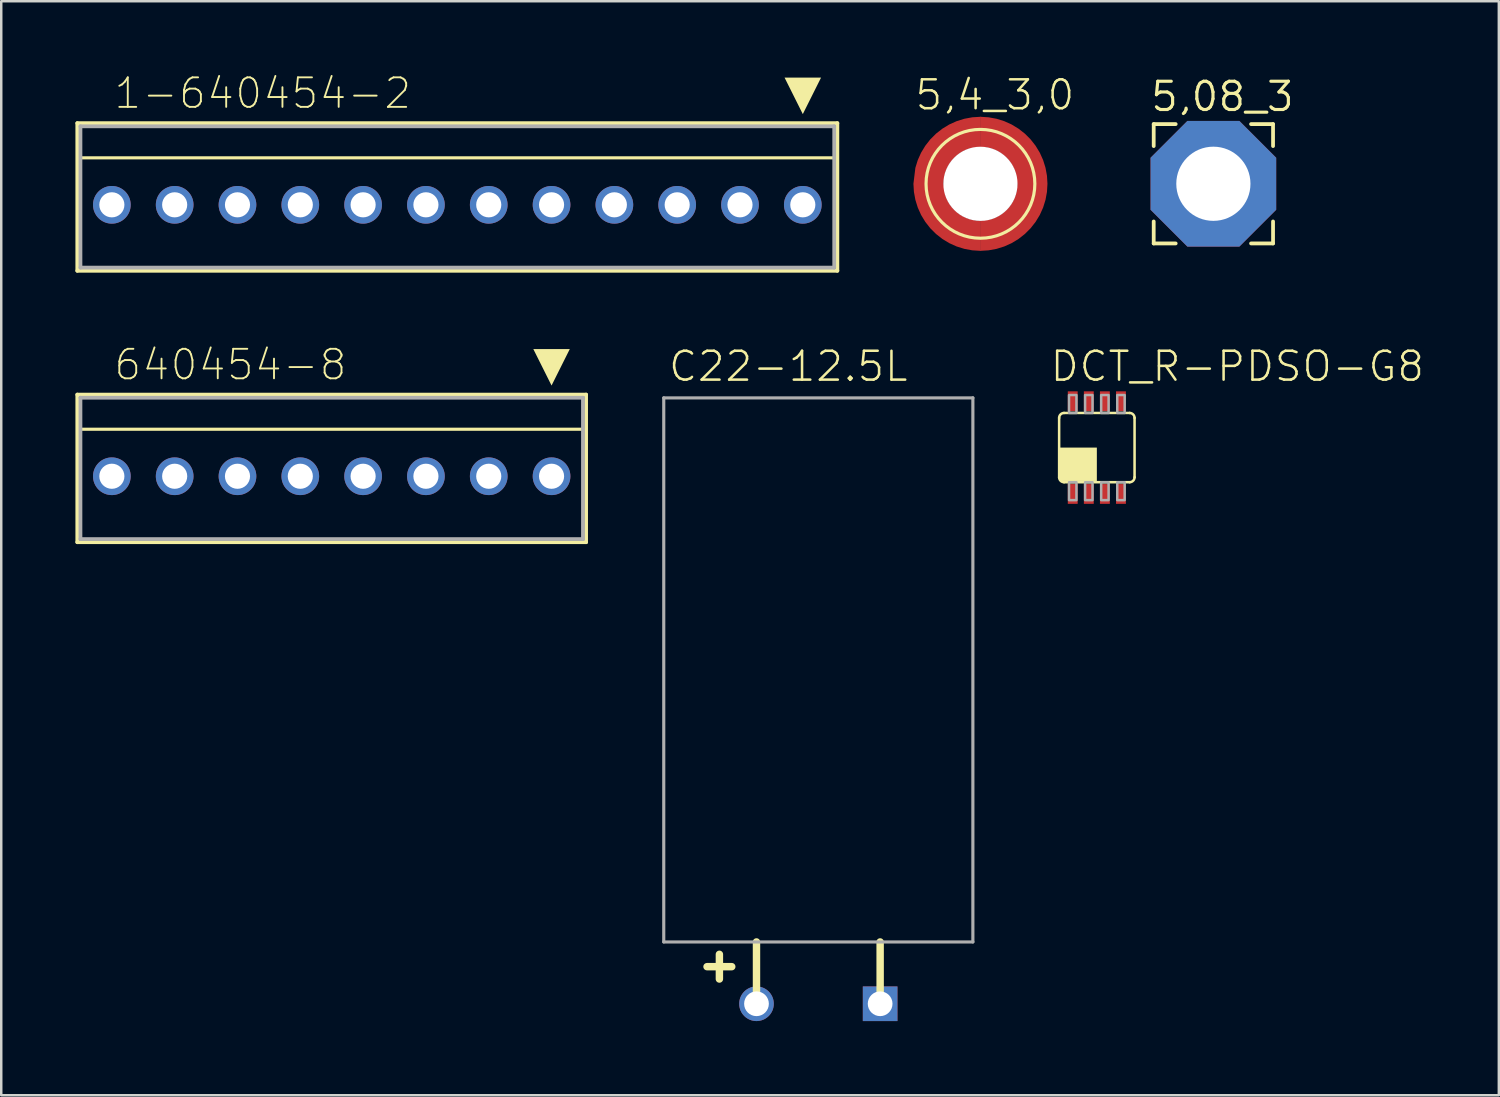
<source format=kicad_pcb>
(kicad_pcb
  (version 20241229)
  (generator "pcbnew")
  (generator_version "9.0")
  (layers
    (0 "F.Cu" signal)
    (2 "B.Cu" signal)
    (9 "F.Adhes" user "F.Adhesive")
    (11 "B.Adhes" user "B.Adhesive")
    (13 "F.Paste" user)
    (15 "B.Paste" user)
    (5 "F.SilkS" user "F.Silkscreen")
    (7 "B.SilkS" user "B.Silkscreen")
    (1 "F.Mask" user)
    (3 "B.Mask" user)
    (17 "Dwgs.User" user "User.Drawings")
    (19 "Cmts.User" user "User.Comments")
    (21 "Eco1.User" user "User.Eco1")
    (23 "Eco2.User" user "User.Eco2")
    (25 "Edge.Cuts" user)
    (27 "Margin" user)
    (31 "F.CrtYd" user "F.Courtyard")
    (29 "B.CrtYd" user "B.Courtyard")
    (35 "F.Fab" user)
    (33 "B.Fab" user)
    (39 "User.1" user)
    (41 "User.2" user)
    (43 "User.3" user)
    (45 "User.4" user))
  (footprint "5,08_3"
    (layer "F.Cu")
    (at 46.015 4.381)
    (property "Reference" "5,08_3" (at -2.603 -2.857 0) (unlocked yes) (layer "F.SilkS") (effects (font (size 1.143 1.143) (thickness 0.127)) (justify left bottom)))
    (fp_line (start -2.413 -2.413) (end -2.413 -1.524) (stroke (width 0.152) (type solid)) (layer "F.SilkS"))
    (fp_line (start -2.413 1.524) (end -2.413 2.413) (stroke (width 0.152) (type solid)) (layer "F.SilkS"))
    (fp_line (start -2.413 2.413) (end -1.524 2.413) (stroke (width 0.152) (type solid)) (layer "F.SilkS"))
    (fp_line (start -1.524 -2.413) (end -2.413 -2.413) (stroke (width 0.152) (type solid)) (layer "F.SilkS"))
    (fp_line (start 1.524 2.413) (end 2.413 2.413) (stroke (width 0.152) (type solid)) (layer "F.SilkS"))
    (fp_line (start 2.413 -2.413) (end 1.524 -2.413) (stroke (width 0.152) (type solid)) (layer "F.SilkS"))
    (fp_line (start 2.413 -1.524) (end 2.413 -2.413) (stroke (width 0.152) (type solid)) (layer "F.SilkS"))
    (fp_line (start 2.413 2.413) (end 2.413 1.524) (stroke (width 0.152) (type solid)) (layer "F.SilkS"))
    (pad "P$1" thru_hole roundrect (at 0 0) (size 5.08 5.08) (drill 3) (layers "*.Cu" "*.Mask") (roundrect_rratio 0.25) (chamfer_ratio 0.293) (chamfer top_left top_right bottom_left bottom_right)))
  (footprint "1-640454-2"
    (layer "F.Cu")
    (at 15.443 5.232)
    (property "Reference" "1-640454-2" (at -13.945 -3.81 0) (unlocked yes) (layer "F.SilkS") (effects (font (size 1.194 1.194) (thickness 0.076)) (justify left bottom)))
    (fp_line (start -15.367 -3.302) (end -15.367 2.667) (stroke (width 0.152) (type solid)) (layer "F.SilkS"))
    (fp_line (start -15.367 2.667) (end 15.367 2.667) (stroke (width 0.152) (type solid)) (layer "F.SilkS"))
    (fp_line (start -15.24 -1.9) (end 15.24 -1.9) (stroke (width 0.127) (type solid)) (layer "F.SilkS"))
    (fp_line (start 15.367 -3.302) (end -15.367 -3.302) (stroke (width 0.152) (type solid)) (layer "F.SilkS"))
    (fp_line (start 15.367 2.667) (end 15.367 -3.302) (stroke (width 0.152) (type solid)) (layer "F.SilkS"))
    (fp_poly (pts (xy 13.97 -3.668) (xy 13.232 -5.144) (xy 14.708 -5.144)) (stroke (width 0) (type default)) (fill yes) (layer "F.SilkS"))
    (fp_line (start -15.24 -3.175) (end -15.24 2.54) (stroke (width 0.152) (type solid)) (layer "F.Fab"))
    (fp_line (start -15.24 2.54) (end 15.24 2.54) (stroke (width 0.152) (type solid)) (layer "F.Fab"))
    (fp_line (start 15.24 -3.175) (end -15.24 -3.175) (stroke (width 0.152) (type solid)) (layer "F.Fab"))
    (fp_line (start 15.24 2.54) (end 15.24 -3.175) (stroke (width 0.152) (type solid)) (layer "F.Fab"))
    (pad "1" thru_hole circle (at 13.97 0 180) (size 1.524 1.524) (drill 1.016) (layers "*.Cu" "*.Mask"))
    (pad "2" thru_hole circle (at 11.43 0 180) (size 1.524 1.524) (drill 1.016) (layers "*.Cu" "*.Mask"))
    (pad "3" thru_hole circle (at 8.89 0 180) (size 1.524 1.524) (drill 1.016) (layers "*.Cu" "*.Mask"))
    (pad "4" thru_hole circle (at 6.35 0 180) (size 1.524 1.524) (drill 1.016) (layers "*.Cu" "*.Mask"))
    (pad "5" thru_hole circle (at 3.81 0 180) (size 1.524 1.524) (drill 1.016) (layers "*.Cu" "*.Mask"))
    (pad "6" thru_hole circle (at 1.27 0 180) (size 1.524 1.524) (drill 1.016) (layers "*.Cu" "*.Mask"))
    (pad "7" thru_hole circle (at -1.27 0 180) (size 1.524 1.524) (drill 1.016) (layers "*.Cu" "*.Mask"))
    (pad "8" thru_hole circle (at -3.81 0 180) (size 1.524 1.524) (drill 1.016) (layers "*.Cu" "*.Mask"))
    (pad "9" thru_hole circle (at -6.35 0 180) (size 1.524 1.524) (drill 1.016) (layers "*.Cu" "*.Mask"))
    (pad "10" thru_hole circle (at -8.89 0 180) (size 1.524 1.524) (drill 1.016) (layers "*.Cu" "*.Mask"))
    (pad "11" thru_hole circle (at -11.43 0 180) (size 1.524 1.524) (drill 1.016) (layers "*.Cu" "*.Mask"))
    (pad "12" thru_hole circle (at -13.97 0 180) (size 1.524 1.524) (drill 1.016) (layers "*.Cu" "*.Mask")))
  (footprint "640454-8"
    (layer "F.Cu")
    (at 10.363 16.208)
    (property "Reference" "640454-8" (at -8.865 -3.81 0) (unlocked yes) (layer "F.SilkS") (effects (font (size 1.194 1.194) (thickness 0.076)) (justify left bottom)))
    (fp_line (start -10.287 -3.302) (end -10.287 2.667) (stroke (width 0.152) (type solid)) (layer "F.SilkS"))
    (fp_line (start -10.287 2.667) (end 10.287 2.667) (stroke (width 0.152) (type solid)) (layer "F.SilkS"))
    (fp_line (start -10.16 -1.9) (end 10.16 -1.9) (stroke (width 0.127) (type solid)) (layer "F.SilkS"))
    (fp_line (start 10.287 -3.302) (end -10.287 -3.302) (stroke (width 0.152) (type solid)) (layer "F.SilkS"))
    (fp_line (start 10.287 2.667) (end 10.287 -3.302) (stroke (width 0.152) (type solid)) (layer "F.SilkS"))
    (fp_poly (pts (xy 8.89 -3.668) (xy 8.152 -5.144) (xy 9.628 -5.144)) (stroke (width 0) (type default)) (fill yes) (layer "F.SilkS"))
    (fp_line (start -10.16 -3.175) (end -10.16 2.54) (stroke (width 0.152) (type solid)) (layer "F.Fab"))
    (fp_line (start -10.16 2.54) (end 10.16 2.54) (stroke (width 0.152) (type solid)) (layer "F.Fab"))
    (fp_line (start 10.16 -3.175) (end -10.16 -3.175) (stroke (width 0.152) (type solid)) (layer "F.Fab"))
    (fp_line (start 10.16 2.54) (end 10.16 -3.175) (stroke (width 0.152) (type solid)) (layer "F.Fab"))
    (pad "1" thru_hole circle (at 8.89 0 180) (size 1.524 1.524) (drill 1.016) (layers "*.Cu" "*.Mask"))
    (pad "2" thru_hole circle (at 6.35 0 180) (size 1.524 1.524) (drill 1.016) (layers "*.Cu" "*.Mask"))
    (pad "3" thru_hole circle (at 3.81 0 180) (size 1.524 1.524) (drill 1.016) (layers "*.Cu" "*.Mask"))
    (pad "4" thru_hole circle (at 1.27 0 180) (size 1.524 1.524) (drill 1.016) (layers "*.Cu" "*.Mask"))
    (pad "5" thru_hole circle (at -1.27 0 180) (size 1.524 1.524) (drill 1.016) (layers "*.Cu" "*.Mask"))
    (pad "6" thru_hole circle (at -3.81 0 180) (size 1.524 1.524) (drill 1.016) (layers "*.Cu" "*.Mask"))
    (pad "7" thru_hole circle (at -6.35 0 180) (size 1.524 1.524) (drill 1.016) (layers "*.Cu" "*.Mask"))
    (pad "8" thru_hole circle (at -8.89 0 180) (size 1.524 1.524) (drill 1.016) (layers "*.Cu" "*.Mask")))
  (footprint "C22-12.5L"
    (layer "F.Cu")
    (at 30.04 35.039)
    (property "Reference" "C22-12.5L" (at -6.12 -22.59 0) (unlocked yes) (layer "F.SilkS") (effects (font (size 1.168 1.168) (thickness 0.102)) (justify left bottom)))
    (fp_line (start -4.5 1) (end -3.5 1) (stroke (width 0.3) (type solid)) (layer "F.SilkS"))
    (fp_line (start -4 0.5) (end -4 1.5) (stroke (width 0.3) (type solid)) (layer "F.SilkS"))
    (fp_line (start -2.5 2.5) (end -2.5 0) (stroke (width 0.3) (type solid)) (layer "F.SilkS"))
    (fp_line (start 2.5 2.5) (end 2.5 0) (stroke (width 0.3) (type solid)) (layer "F.SilkS"))
    (fp_line (start -6.25 -22) (end -6.25 0) (stroke (width 0.127) (type solid)) (layer "F.Fab"))
    (fp_line (start -6.25 0) (end 6.25 0) (stroke (width 0.127) (type solid)) (layer "F.Fab"))
    (fp_line (start 6.25 -22) (end -6.25 -22) (stroke (width 0.127) (type solid)) (layer "F.Fab"))
    (fp_line (start 6.25 0) (end 6.25 -22) (stroke (width 0.127) (type solid)) (layer "F.Fab"))
    (pad "+" thru_hole circle (at -2.5 2.5) (size 1.4 1.4) (drill 1) (layers "*.Cu" "*.Mask"))
    (pad "-" thru_hole rect (at 2.5 2.5) (size 1.4 1.4) (drill 1) (layers "*.Cu" "*.Mask")))
  (footprint "5,4_3,0"
    (layer "F.Cu")
    (at 36.596 4.383)
    (property "Reference" "5,4_3,0" (at -2.71 -2.91 0) (unlocked yes) (layer "F.SilkS") (effects (font (size 1.168 1.168) (thickness 0.102)) (justify left bottom)))
    (fp_poly (pts (xy 0.01 -1.491) (xy -0.461 -1.417) (xy -0.676 -1.328) (xy -0.876 -1.205) (xy -1.054 -1.054) (xy -1.205 -0.876) (xy -1.328 -0.676) (xy -1.417 -0.46) (xy -1.472 -0.233) (xy -1.49 -0.000396) (xy -1.417 0.461) (xy -1.328 0.676) (xy -1.205 0.876) (xy -1.054 1.054) (xy -0.876 1.205) (xy -0.676 1.328) (xy -0.46 1.417) (xy -0.233 1.472) (xy 0.01 1.491) (xy 0.01 2.711) (xy -0.327 2.69) (xy -0.649 2.631) (xy -0.961 2.534) (xy -1.259 2.4) (xy -1.539 2.23) (xy -1.797 2.028) (xy -2.028 1.797) (xy -2.23 1.539) (xy -2.4 1.259) (xy -2.534 0.961) (xy -2.631 0.649) (xy -2.69 0.327) (xy -2.71 -0.000303) (xy -2.631 -0.648) (xy -2.534 -0.961) (xy -2.4 -1.259) (xy -2.23 -1.539) (xy -2.028 -1.797) (xy -1.797 -2.028) (xy -1.539 -2.23) (xy -1.259 -2.4) (xy -0.961 -2.534) (xy -0.649 -2.631) (xy -0.327 -2.69) (xy 0.01 -2.711)) (stroke (width 0) (type default)) (fill yes) (layer "F.Cu"))
    (fp_poly (pts (xy 0.327 -2.69) (xy 0.649 -2.631) (xy 0.961 -2.534) (xy 1.259 -2.4) (xy 1.539 -2.23) (xy 1.797 -2.028) (xy 2.028 -1.797) (xy 2.23 -1.539) (xy 2.4 -1.259) (xy 2.534 -0.961) (xy 2.631 -0.649) (xy 2.69 -0.327) (xy 2.71 0) (xy 2.69 0.327) (xy 2.631 0.649) (xy 2.534 0.961) (xy 2.4 1.259) (xy 2.23 1.539) (xy 2.028 1.797) (xy 1.797 2.028) (xy 1.539 2.23) (xy 1.259 2.4) (xy 0.961 2.534) (xy 0.649 2.631) (xy 0.327 2.69) (xy -0.01 2.711) (xy -0.01 1.491) (xy 0.461 1.417) (xy 0.676 1.328) (xy 0.876 1.205) (xy 1.054 1.054) (xy 1.205 0.876) (xy 1.328 0.676) (xy 1.417 0.46) (xy 1.472 0.233) (xy 1.49 0.000396) (xy 1.417 -0.461) (xy 1.328 -0.676) (xy 1.205 -0.876) (xy 1.054 -1.054) (xy 0.876 -1.205) (xy 0.676 -1.328) (xy 0.46 -1.417) (xy 0.233 -1.472) (xy -0.01 -1.491) (xy -0.01 -2.711)) (stroke (width 0) (type default)) (fill yes) (layer "F.Cu"))
    (fp_poly (pts (xy 0.315 -2.591) (xy 0.625 -2.534) (xy 0.926 -2.44) (xy 1.213 -2.311) (xy 1.483 -2.148) (xy 1.731 -1.954) (xy 1.954 -1.731) (xy 2.148 -1.483) (xy 2.311 -1.213) (xy 2.44 -0.926) (xy 2.534 -0.625) (xy 2.591 -0.315) (xy 2.61 0) (xy 2.591 0.315) (xy 2.534 0.625) (xy 2.44 0.926) (xy 2.311 1.213) (xy 2.148 1.483) (xy 1.954 1.731) (xy 1.731 1.954) (xy 1.483 2.148) (xy 1.213 2.311) (xy 0.926 2.44) (xy 0.625 2.534) (xy 0.315 2.591) (xy 0 2.61) (xy -0.315 2.591) (xy -0.625 2.534) (xy -0.926 2.44) (xy -1.213 2.311) (xy -1.483 2.148) (xy -1.731 1.954) (xy -1.954 1.731) (xy -2.148 1.483) (xy -2.311 1.213) (xy -2.44 0.926) (xy -2.534 0.625) (xy -2.591 0.315) (xy -2.61 0) (xy -2.591 -0.315) (xy -2.534 -0.625) (xy -2.44 -0.926) (xy -2.311 -1.213) (xy -2.148 -1.483) (xy -1.954 -1.731) (xy -1.731 -1.954) (xy -1.483 -2.148) (xy -1.213 -2.311) (xy -0.926 -2.44) (xy -0.625 -2.534) (xy -0.315 -2.591) (xy 0 -2.61)) (stroke (width 0) (type default)) (fill yes) (layer "F.Mask"))
    (fp_circle (center 0 0) (end 2.2 0) (stroke (width 0.127) (type solid)) (fill no) (layer "F.SilkS"))
    (fp_poly (pts (xy -0.19 -1.593) (xy -0.703 -1.437) (xy -0.929 -1.301) (xy -1.131 -1.131) (xy -1.301 -0.929) (xy -1.437 -0.703) (xy -1.534 -0.457) (xy -1.59 -0.199) (xy -1.59 -0.19) (xy -2.512 -0.19) (xy -2.373 -0.829) (xy -2.246 -1.126) (xy -2.083 -1.403) (xy -1.886 -1.658) (xy -1.658 -1.886) (xy -1.403 -2.083) (xy -1.126 -2.246) (xy -0.829 -2.373) (xy -0.519 -2.462) (xy -0.201 -2.51) (xy -0.19 -2.51)) (stroke (width 0) (type default)) (fill yes) (layer "F.Paste"))
    (fp_poly (pts (xy 0.829 -2.373) (xy 1.126 -2.246) (xy 1.403 -2.083) (xy 1.658 -1.886) (xy 1.886 -1.658) (xy 2.083 -1.403) (xy 2.246 -1.126) (xy 2.373 -0.829) (xy 2.462 -0.519) (xy 2.51 -0.201) (xy 2.51 -0.19) (xy 1.593 -0.19) (xy 1.437 -0.703) (xy 1.301 -0.929) (xy 1.131 -1.131) (xy 0.929 -1.301) (xy 0.703 -1.437) (xy 0.457 -1.534) (xy 0.199 -1.59) (xy 0.19 -1.59) (xy 0.19 -2.512)) (stroke (width 0) (type default)) (fill yes) (layer "F.Paste"))
    (fp_poly (pts (xy 2.462 0.519) (xy 2.373 0.829) (xy 2.246 1.126) (xy 2.083 1.403) (xy 1.886 1.658) (xy 1.658 1.886) (xy 1.403 2.083) (xy 1.126 2.246) (xy 0.829 2.373) (xy 0.519 2.462) (xy 0.201 2.51) (xy 0.19 2.51) (xy 0.19 1.593) (xy 0.703 1.437) (xy 0.929 1.301) (xy 1.131 1.131) (xy 1.301 0.929) (xy 1.437 0.703) (xy 1.534 0.457) (xy 1.59 0.199) (xy 1.59 0.19) (xy 2.512 0.19)) (stroke (width 0) (type default)) (fill yes) (layer "F.Paste"))
    (fp_poly (pts (xy -1.534 0.457) (xy -1.437 0.703) (xy -1.301 0.929) (xy -1.131 1.131) (xy -0.929 1.301) (xy -0.703 1.437) (xy -0.457 1.534) (xy -0.199 1.59) (xy -0.19 1.59) (xy -0.19 2.512) (xy -0.519 2.462) (xy -0.829 2.373) (xy -1.126 2.246) (xy -1.403 2.083) (xy -1.658 1.886) (xy -1.886 1.658) (xy -2.083 1.403) (xy -2.246 1.126) (xy -2.373 0.829) (xy -2.462 0.519) (xy -2.51 0.201) (xy -2.51 0.19) (xy -1.592 0.19)) (stroke (width 0) (type default)) (fill yes) (layer "F.Paste"))
    (pad "" np_thru_hole circle (at 0 0) (size 3 3) (drill 3) (layers "*.Cu" "*.Mask"))
    (pad "1" smd rect (at -2.1 0 90) (size 1.6 0.8) (layers "F.Cu"))
    (pad "2" smd rect (at 2.1 0 90) (size 1.6 0.8) (layers "F.Cu")))
  (footprint "DCT_R-PDSO-G8"
    (layer "F.Cu")
    (at 41.303 15.049)
    (property "Reference" "DCT_R-PDSO-G8" (at -1.95 -2.6 0) (unlocked yes) (layer "F.SilkS") (effects (font (size 1.168 1.168) (thickness 0.102)) (justify left bottom)))
    (fp_poly (pts (xy -1.225 2.35) (xy -0.725 2.35) (xy -0.725 1.425) (xy -1.225 1.425)) (stroke (width 0) (type default)) (fill yes) (layer "F.Mask"))
    (fp_poly (pts (xy -0.725 -2.35) (xy -1.225 -2.35) (xy -1.225 -1.425) (xy -0.725 -1.425)) (stroke (width 0) (type default)) (fill yes) (layer "F.Mask"))
    (fp_poly (pts (xy -0.575 2.35) (xy -0.075 2.35) (xy -0.075 1.425) (xy -0.575 1.425)) (stroke (width 0) (type default)) (fill yes) (layer "F.Mask"))
    (fp_poly (pts (xy -0.075 -2.35) (xy -0.575 -2.35) (xy -0.575 -1.425) (xy -0.075 -1.425)) (stroke (width 0) (type default)) (fill yes) (layer "F.Mask"))
    (fp_poly (pts (xy 0.075 2.35) (xy 0.575 2.35) (xy 0.575 1.425) (xy 0.075 1.425)) (stroke (width 0) (type default)) (fill yes) (layer "F.Mask"))
    (fp_poly (pts (xy 0.575 -2.35) (xy 0.075 -2.35) (xy 0.075 -1.425) (xy 0.575 -1.425)) (stroke (width 0) (type default)) (fill yes) (layer "F.Mask"))
    (fp_poly (pts (xy 0.725 2.35) (xy 1.225 2.35) (xy 1.225 1.425) (xy 0.725 1.425)) (stroke (width 0) (type default)) (fill yes) (layer "F.Mask"))
    (fp_poly (pts (xy 1.225 -2.35) (xy 0.725 -2.35) (xy 0.725 -1.425) (xy 1.225 -1.425)) (stroke (width 0) (type default)) (fill yes) (layer "F.Mask"))
    (fp_line (start -1.525 1.2) (end -1.525 -1.2) (stroke (width 0.102) (type solid)) (layer "F.SilkS"))
    (fp_line (start -1.325 -1.4) (end 1.325 -1.4) (stroke (width 0.102) (type solid)) (layer "F.SilkS"))
    (fp_line (start 1.325 1.4) (end -1.325 1.4) (stroke (width 0.102) (type solid)) (layer "F.SilkS"))
    (fp_line (start 1.525 -1.2) (end 1.525 1.2) (stroke (width 0.102) (type solid)) (layer "F.SilkS"))
    (fp_arc (start -1.525 -1.2) (mid -1.466421 -1.341421) (end -1.325 -1.4) (stroke (width 0.1016) (type solid)) (layer "F.SilkS"))
    (fp_arc (start -1.325 1.4) (mid -1.466421 1.341421) (end -1.525 1.2) (stroke (width 0.1016) (type solid)) (layer "F.SilkS"))
    (fp_arc (start 1.325 -1.4) (mid 1.466421 -1.341421) (end 1.525 -1.2) (stroke (width 0.1016) (type solid)) (layer "F.SilkS"))
    (fp_arc (start 1.525 1.2) (mid 1.466421 1.341421) (end 1.325 1.4) (stroke (width 0.1016) (type solid)) (layer "F.SilkS"))
    (fp_poly (pts (xy -1.5 1.35) (xy 0 1.35) (xy 0 0) (xy -1.5 0)) (stroke (width 0) (type default)) (fill yes) (layer "F.SilkS"))
    (fp_poly (pts (xy -1.125 2.125) (xy -0.825 2.125) (xy -0.825 1.4) (xy -1.125 1.4)) (stroke (width 0.1) (type default)) (fill no) (layer "F.Fab"))
    (fp_poly (pts (xy -0.825 -2.125) (xy -1.125 -2.125) (xy -1.125 -1.4) (xy -0.825 -1.4)) (stroke (width 0.1) (type default)) (fill no) (layer "F.Fab"))
    (fp_poly (pts (xy -0.475 2.125) (xy -0.175 2.125) (xy -0.175 1.4) (xy -0.475 1.4)) (stroke (width 0.1) (type default)) (fill no) (layer "F.Fab"))
    (fp_poly (pts (xy -0.175 -2.125) (xy -0.475 -2.125) (xy -0.475 -1.4) (xy -0.175 -1.4)) (stroke (width 0.1) (type default)) (fill no) (layer "F.Fab"))
    (fp_poly (pts (xy 0.175 2.125) (xy 0.475 2.125) (xy 0.475 1.4) (xy 0.175 1.4)) (stroke (width 0.1) (type default)) (fill no) (layer "F.Fab"))
    (fp_poly (pts (xy 0.475 -2.125) (xy 0.175 -2.125) (xy 0.175 -1.4) (xy 0.475 -1.4)) (stroke (width 0.1) (type default)) (fill no) (layer "F.Fab"))
    (fp_poly (pts (xy 0.825 2.125) (xy 1.125 2.125) (xy 1.125 1.4) (xy 0.825 1.4)) (stroke (width 0.1) (type default)) (fill no) (layer "F.Fab"))
    (fp_poly (pts (xy 1.125 -2.125) (xy 0.825 -2.125) (xy 0.825 -1.4) (xy 1.125 -1.4)) (stroke (width 0.1) (type default)) (fill no) (layer "F.Fab"))
    (pad "1" smd rect (at -0.975 1.875) (size 0.4 0.8) (layers "F.Cu" "F.Paste"))
    (pad "2" smd rect (at -0.325 1.875) (size 0.4 0.8) (layers "F.Cu" "F.Paste"))
    (pad "3" smd rect (at 0.325 1.875) (size 0.4 0.8) (layers "F.Cu" "F.Paste"))
    (pad "4" smd rect (at 0.975 1.875) (size 0.4 0.8) (layers "F.Cu" "F.Paste"))
    (pad "5" smd rect (at 0.975 -1.875 180) (size 0.4 0.8) (layers "F.Cu" "F.Paste"))
    (pad "6" smd rect (at 0.325 -1.875 180) (size 0.4 0.8) (layers "F.Cu" "F.Paste"))
    (pad "7" smd rect (at -0.325 -1.875 180) (size 0.4 0.8) (layers "F.Cu" "F.Paste"))
    (pad "8" smd rect (at -0.975 -1.875 180) (size 0.4 0.8) (layers "F.Cu" "F.Paste")))
  (gr_rect
    (start -3 -3)
    (end 57.558 41.239)
    (stroke (width 0.1) (type default))
    (fill no)
    (layer "Edge.Cuts")))
</source>
